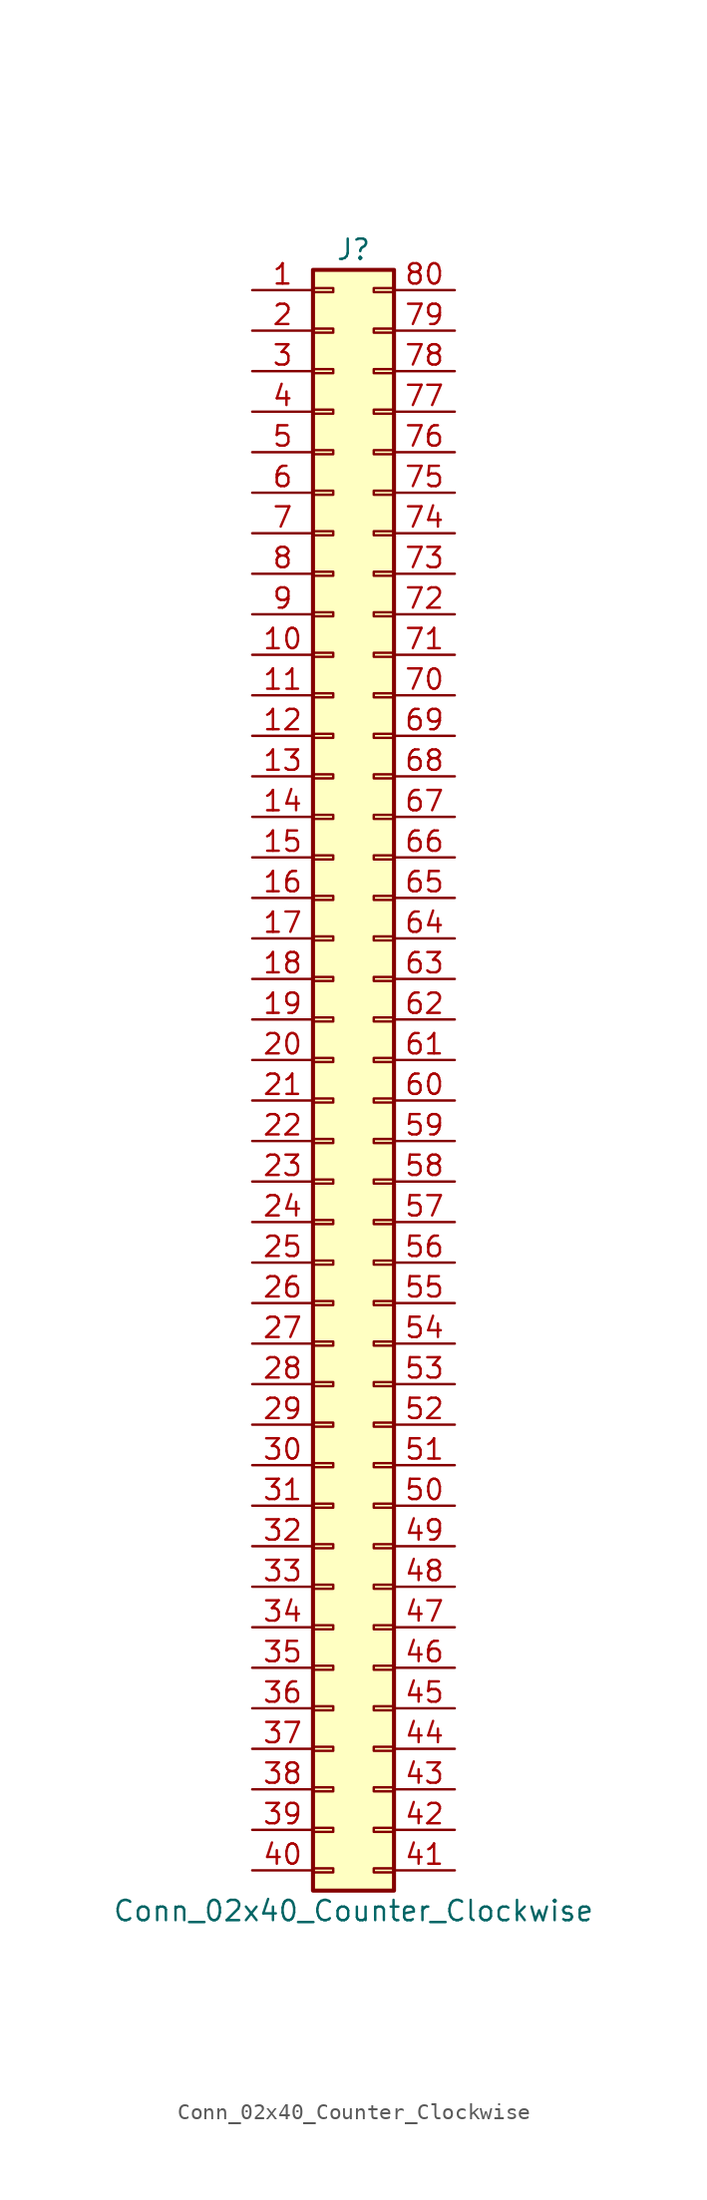
<source format=kicad_sym>
(kicad_symbol_lib
  (version 20220914)
  (generator kicad_symbol_editor)
  (symbol "Conn_02x40_Counter_Clockwise"
    (pin_names
      (offset 1.016) hide)
    (property "Reference" "J"
      (at 1.27 50.8 0)
      (effects (font (size 1.27 1.27))))
    (property "Value" "Conn_02x40_Counter_Clockwise"
      (at 1.27 -53.34 0)
      (effects (font (size 1.27 1.27))))
    (symbol "Conn_02x40_Counter_Clockwise_1_1"
      (rectangle (start -1.27 -50.673) (end 0 -50.927) (stroke (width 0.152) (type solid)) (fill (type none)))
      (rectangle (start -1.27 -48.133) (end 0 -48.387) (stroke (width 0.152) (type solid)) (fill (type none)))
      (rectangle (start -1.27 -45.593) (end 0 -45.847) (stroke (width 0.152) (type solid)) (fill (type none)))
      (rectangle (start -1.27 -43.053) (end 0 -43.307) (stroke (width 0.152) (type solid)) (fill (type none)))
      (rectangle (start -1.27 -40.513) (end 0 -40.767) (stroke (width 0.152) (type solid)) (fill (type none)))
      (rectangle (start -1.27 -37.973) (end 0 -38.227) (stroke (width 0.152) (type solid)) (fill (type none)))
      (rectangle (start -1.27 -35.433) (end 0 -35.687) (stroke (width 0.152) (type solid)) (fill (type none)))
      (rectangle (start -1.27 -32.893) (end 0 -33.147) (stroke (width 0.152) (type solid)) (fill (type none)))
      (rectangle (start -1.27 -30.353) (end 0 -30.607) (stroke (width 0.152) (type solid)) (fill (type none)))
      (rectangle (start -1.27 -27.813) (end 0 -28.067) (stroke (width 0.152) (type solid)) (fill (type none)))
      (rectangle (start -1.27 -25.273) (end 0 -25.527) (stroke (width 0.152) (type solid)) (fill (type none)))
      (rectangle (start -1.27 -22.733) (end 0 -22.987) (stroke (width 0.152) (type solid)) (fill (type none)))
      (rectangle (start -1.27 -20.193) (end 0 -20.447) (stroke (width 0.152) (type solid)) (fill (type none)))
      (rectangle (start -1.27 -17.653) (end 0 -17.907) (stroke (width 0.152) (type solid)) (fill (type none)))
      (rectangle (start -1.27 -15.113) (end 0 -15.367) (stroke (width 0.152) (type solid)) (fill (type none)))
      (rectangle (start -1.27 -12.573) (end 0 -12.827) (stroke (width 0.152) (type solid)) (fill (type none)))
      (rectangle (start -1.27 -10.033) (end 0 -10.287) (stroke (width 0.152) (type solid)) (fill (type none)))
      (rectangle (start -1.27 -7.493) (end 0 -7.747) (stroke (width 0.152) (type solid)) (fill (type none)))
      (rectangle (start -1.27 -4.953) (end 0 -5.207) (stroke (width 0.152) (type solid)) (fill (type none)))
      (rectangle (start -1.27 -2.413) (end 0 -2.667) (stroke (width 0.152) (type solid)) (fill (type none)))
      (rectangle (start -1.27 0.127) (end 0 -0.127) (stroke (width 0.152) (type solid)) (fill (type none)))
      (rectangle (start -1.27 2.667) (end 0 2.413) (stroke (width 0.152) (type solid)) (fill (type none)))
      (rectangle (start -1.27 5.207) (end 0 4.953) (stroke (width 0.152) (type solid)) (fill (type none)))
      (rectangle (start -1.27 7.747) (end 0 7.493) (stroke (width 0.152) (type solid)) (fill (type none)))
      (rectangle (start -1.27 10.287) (end 0 10.033) (stroke (width 0.152) (type solid)) (fill (type none)))
      (rectangle (start -1.27 12.827) (end 0 12.573) (stroke (width 0.152) (type solid)) (fill (type none)))
      (rectangle (start -1.27 15.367) (end 0 15.113) (stroke (width 0.152) (type solid)) (fill (type none)))
      (rectangle (start -1.27 17.907) (end 0 17.653) (stroke (width 0.152) (type solid)) (fill (type none)))
      (rectangle (start -1.27 20.447) (end 0 20.193) (stroke (width 0.152) (type solid)) (fill (type none)))
      (rectangle (start -1.27 22.987) (end 0 22.733) (stroke (width 0.152) (type solid)) (fill (type none)))
      (rectangle (start -1.27 25.527) (end 0 25.273) (stroke (width 0.152) (type solid)) (fill (type none)))
      (rectangle (start -1.27 28.067) (end 0 27.813) (stroke (width 0.152) (type solid)) (fill (type none)))
      (rectangle (start -1.27 30.607) (end 0 30.353) (stroke (width 0.152) (type solid)) (fill (type none)))
      (rectangle (start -1.27 33.147) (end 0 32.893) (stroke (width 0.152) (type solid)) (fill (type none)))
      (rectangle (start -1.27 35.687) (end 0 35.433) (stroke (width 0.152) (type solid)) (fill (type none)))
      (rectangle (start -1.27 38.227) (end 0 37.973) (stroke (width 0.152) (type solid)) (fill (type none)))
      (rectangle (start -1.27 40.767) (end 0 40.513) (stroke (width 0.152) (type solid)) (fill (type none)))
      (rectangle (start -1.27 43.307) (end 0 43.053) (stroke (width 0.152) (type solid)) (fill (type none)))
      (rectangle (start -1.27 45.847) (end 0 45.593) (stroke (width 0.152) (type solid)) (fill (type none)))
      (rectangle (start -1.27 48.387) (end 0 48.133) (stroke (width 0.152) (type solid)) (fill (type none)))
      (rectangle (start -1.27 49.53) (end 3.81 -52.07) (stroke (width 0.254) (type solid)) (fill (type background)))
      (rectangle (start 3.81 -50.673) (end 2.54 -50.927) (stroke (width 0.152) (type solid)) (fill (type none)))
      (rectangle (start 3.81 -48.133) (end 2.54 -48.387) (stroke (width 0.152) (type solid)) (fill (type none)))
      (rectangle (start 3.81 -45.593) (end 2.54 -45.847) (stroke (width 0.152) (type solid)) (fill (type none)))
      (rectangle (start 3.81 -43.053) (end 2.54 -43.307) (stroke (width 0.152) (type solid)) (fill (type none)))
      (rectangle (start 3.81 -40.513) (end 2.54 -40.767) (stroke (width 0.152) (type solid)) (fill (type none)))
      (rectangle (start 3.81 -37.973) (end 2.54 -38.227) (stroke (width 0.152) (type solid)) (fill (type none)))
      (rectangle (start 3.81 -35.433) (end 2.54 -35.687) (stroke (width 0.152) (type solid)) (fill (type none)))
      (rectangle (start 3.81 -32.893) (end 2.54 -33.147) (stroke (width 0.152) (type solid)) (fill (type none)))
      (rectangle (start 3.81 -30.353) (end 2.54 -30.607) (stroke (width 0.152) (type solid)) (fill (type none)))
      (rectangle (start 3.81 -27.813) (end 2.54 -28.067) (stroke (width 0.152) (type solid)) (fill (type none)))
      (rectangle (start 3.81 -25.273) (end 2.54 -25.527) (stroke (width 0.152) (type solid)) (fill (type none)))
      (rectangle (start 3.81 -22.733) (end 2.54 -22.987) (stroke (width 0.152) (type solid)) (fill (type none)))
      (rectangle (start 3.81 -20.193) (end 2.54 -20.447) (stroke (width 0.152) (type solid)) (fill (type none)))
      (rectangle (start 3.81 -17.653) (end 2.54 -17.907) (stroke (width 0.152) (type solid)) (fill (type none)))
      (rectangle (start 3.81 -15.113) (end 2.54 -15.367) (stroke (width 0.152) (type solid)) (fill (type none)))
      (rectangle (start 3.81 -12.573) (end 2.54 -12.827) (stroke (width 0.152) (type solid)) (fill (type none)))
      (rectangle (start 3.81 -10.033) (end 2.54 -10.287) (stroke (width 0.152) (type solid)) (fill (type none)))
      (rectangle (start 3.81 -7.493) (end 2.54 -7.747) (stroke (width 0.152) (type solid)) (fill (type none)))
      (rectangle (start 3.81 -4.953) (end 2.54 -5.207) (stroke (width 0.152) (type solid)) (fill (type none)))
      (rectangle (start 3.81 -2.413) (end 2.54 -2.667) (stroke (width 0.152) (type solid)) (fill (type none)))
      (rectangle (start 3.81 0.127) (end 2.54 -0.127) (stroke (width 0.152) (type solid)) (fill (type none)))
      (rectangle (start 3.81 2.667) (end 2.54 2.413) (stroke (width 0.152) (type solid)) (fill (type none)))
      (rectangle (start 3.81 5.207) (end 2.54 4.953) (stroke (width 0.152) (type solid)) (fill (type none)))
      (rectangle (start 3.81 7.747) (end 2.54 7.493) (stroke (width 0.152) (type solid)) (fill (type none)))
      (rectangle (start 3.81 10.287) (end 2.54 10.033) (stroke (width 0.152) (type solid)) (fill (type none)))
      (rectangle (start 3.81 12.827) (end 2.54 12.573) (stroke (width 0.152) (type solid)) (fill (type none)))
      (rectangle (start 3.81 15.367) (end 2.54 15.113) (stroke (width 0.152) (type solid)) (fill (type none)))
      (rectangle (start 3.81 17.907) (end 2.54 17.653) (stroke (width 0.152) (type solid)) (fill (type none)))
      (rectangle (start 3.81 20.447) (end 2.54 20.193) (stroke (width 0.152) (type solid)) (fill (type none)))
      (rectangle (start 3.81 22.987) (end 2.54 22.733) (stroke (width 0.152) (type solid)) (fill (type none)))
      (rectangle (start 3.81 25.527) (end 2.54 25.273) (stroke (width 0.152) (type solid)) (fill (type none)))
      (rectangle (start 3.81 28.067) (end 2.54 27.813) (stroke (width 0.152) (type solid)) (fill (type none)))
      (rectangle (start 3.81 30.607) (end 2.54 30.353) (stroke (width 0.152) (type solid)) (fill (type none)))
      (rectangle (start 3.81 33.147) (end 2.54 32.893) (stroke (width 0.152) (type solid)) (fill (type none)))
      (rectangle (start 3.81 35.687) (end 2.54 35.433) (stroke (width 0.152) (type solid)) (fill (type none)))
      (rectangle (start 3.81 38.227) (end 2.54 37.973) (stroke (width 0.152) (type solid)) (fill (type none)))
      (rectangle (start 3.81 40.767) (end 2.54 40.513) (stroke (width 0.152) (type solid)) (fill (type none)))
      (rectangle (start 3.81 43.307) (end 2.54 43.053) (stroke (width 0.152) (type solid)) (fill (type none)))
      (rectangle (start 3.81 45.847) (end 2.54 45.593) (stroke (width 0.152) (type solid)) (fill (type none)))
      (rectangle (start 3.81 48.387) (end 2.54 48.133) (stroke (width 0.152) (type solid)) (fill (type none)))
      (pin passive line (at -5.08 48.26 0) (length 3.81) (name "Pin_1" (effects (font (size 1.27 1.27)))) (number "1" (effects (font (size 1.27 1.27)))))
      (pin passive line (at -5.08 25.4 0) (length 3.81) (name "Pin_10" (effects (font (size 1.27 1.27)))) (number "10" (effects (font (size 1.27 1.27)))))
      (pin passive line (at -5.08 22.86 0) (length 3.81) (name "Pin_11" (effects (font (size 1.27 1.27)))) (number "11" (effects (font (size 1.27 1.27)))))
      (pin passive line (at -5.08 20.32 0) (length 3.81) (name "Pin_12" (effects (font (size 1.27 1.27)))) (number "12" (effects (font (size 1.27 1.27)))))
      (pin passive line (at -5.08 17.78 0) (length 3.81) (name "Pin_13" (effects (font (size 1.27 1.27)))) (number "13" (effects (font (size 1.27 1.27)))))
      (pin passive line (at -5.08 15.24 0) (length 3.81) (name "Pin_14" (effects (font (size 1.27 1.27)))) (number "14" (effects (font (size 1.27 1.27)))))
      (pin passive line (at -5.08 12.7 0) (length 3.81) (name "Pin_15" (effects (font (size 1.27 1.27)))) (number "15" (effects (font (size 1.27 1.27)))))
      (pin passive line (at -5.08 10.16 0) (length 3.81) (name "Pin_16" (effects (font (size 1.27 1.27)))) (number "16" (effects (font (size 1.27 1.27)))))
      (pin passive line (at -5.08 7.62 0) (length 3.81) (name "Pin_17" (effects (font (size 1.27 1.27)))) (number "17" (effects (font (size 1.27 1.27)))))
      (pin passive line (at -5.08 5.08 0) (length 3.81) (name "Pin_18" (effects (font (size 1.27 1.27)))) (number "18" (effects (font (size 1.27 1.27)))))
      (pin passive line (at -5.08 2.54 0) (length 3.81) (name "Pin_19" (effects (font (size 1.27 1.27)))) (number "19" (effects (font (size 1.27 1.27)))))
      (pin passive line (at -5.08 45.72 0) (length 3.81) (name "Pin_2" (effects (font (size 1.27 1.27)))) (number "2" (effects (font (size 1.27 1.27)))))
      (pin passive line (at -5.08 0 0) (length 3.81) (name "Pin_20" (effects (font (size 1.27 1.27)))) (number "20" (effects (font (size 1.27 1.27)))))
      (pin passive line (at -5.08 -2.54 0) (length 3.81) (name "Pin_21" (effects (font (size 1.27 1.27)))) (number "21" (effects (font (size 1.27 1.27)))))
      (pin passive line (at -5.08 -5.08 0) (length 3.81) (name "Pin_22" (effects (font (size 1.27 1.27)))) (number "22" (effects (font (size 1.27 1.27)))))
      (pin passive line (at -5.08 -7.62 0) (length 3.81) (name "Pin_23" (effects (font (size 1.27 1.27)))) (number "23" (effects (font (size 1.27 1.27)))))
      (pin passive line (at -5.08 -10.16 0) (length 3.81) (name "Pin_24" (effects (font (size 1.27 1.27)))) (number "24" (effects (font (size 1.27 1.27)))))
      (pin passive line (at -5.08 -12.7 0) (length 3.81) (name "Pin_25" (effects (font (size 1.27 1.27)))) (number "25" (effects (font (size 1.27 1.27)))))
      (pin passive line (at -5.08 -15.24 0) (length 3.81) (name "Pin_26" (effects (font (size 1.27 1.27)))) (number "26" (effects (font (size 1.27 1.27)))))
      (pin passive line (at -5.08 -17.78 0) (length 3.81) (name "Pin_27" (effects (font (size 1.27 1.27)))) (number "27" (effects (font (size 1.27 1.27)))))
      (pin passive line (at -5.08 -20.32 0) (length 3.81) (name "Pin_28" (effects (font (size 1.27 1.27)))) (number "28" (effects (font (size 1.27 1.27)))))
      (pin passive line (at -5.08 -22.86 0) (length 3.81) (name "Pin_29" (effects (font (size 1.27 1.27)))) (number "29" (effects (font (size 1.27 1.27)))))
      (pin passive line (at -5.08 43.18 0) (length 3.81) (name "Pin_3" (effects (font (size 1.27 1.27)))) (number "3" (effects (font (size 1.27 1.27)))))
      (pin passive line (at -5.08 -25.4 0) (length 3.81) (name "Pin_30" (effects (font (size 1.27 1.27)))) (number "30" (effects (font (size 1.27 1.27)))))
      (pin passive line (at -5.08 -27.94 0) (length 3.81) (name "Pin_31" (effects (font (size 1.27 1.27)))) (number "31" (effects (font (size 1.27 1.27)))))
      (pin passive line (at -5.08 -30.48 0) (length 3.81) (name "Pin_32" (effects (font (size 1.27 1.27)))) (number "32" (effects (font (size 1.27 1.27)))))
      (pin passive line (at -5.08 -33.02 0) (length 3.81) (name "Pin_33" (effects (font (size 1.27 1.27)))) (number "33" (effects (font (size 1.27 1.27)))))
      (pin passive line (at -5.08 -35.56 0) (length 3.81) (name "Pin_34" (effects (font (size 1.27 1.27)))) (number "34" (effects (font (size 1.27 1.27)))))
      (pin passive line (at -5.08 -38.1 0) (length 3.81) (name "Pin_35" (effects (font (size 1.27 1.27)))) (number "35" (effects (font (size 1.27 1.27)))))
      (pin passive line (at -5.08 -40.64 0) (length 3.81) (name "Pin_36" (effects (font (size 1.27 1.27)))) (number "36" (effects (font (size 1.27 1.27)))))
      (pin passive line (at -5.08 -43.18 0) (length 3.81) (name "Pin_37" (effects (font (size 1.27 1.27)))) (number "37" (effects (font (size 1.27 1.27)))))
      (pin passive line (at -5.08 -45.72 0) (length 3.81) (name "Pin_38" (effects (font (size 1.27 1.27)))) (number "38" (effects (font (size 1.27 1.27)))))
      (pin passive line (at -5.08 -48.26 0) (length 3.81) (name "Pin_39" (effects (font (size 1.27 1.27)))) (number "39" (effects (font (size 1.27 1.27)))))
      (pin passive line (at -5.08 40.64 0) (length 3.81) (name "Pin_4" (effects (font (size 1.27 1.27)))) (number "4" (effects (font (size 1.27 1.27)))))
      (pin passive line (at -5.08 -50.8 0) (length 3.81) (name "Pin_40" (effects (font (size 1.27 1.27)))) (number "40" (effects (font (size 1.27 1.27)))))
      (pin passive line (at 7.62 -50.8 180) (length 3.81) (name "Pin_41" (effects (font (size 1.27 1.27)))) (number "41" (effects (font (size 1.27 1.27)))))
      (pin passive line (at 7.62 -48.26 180) (length 3.81) (name "Pin_42" (effects (font (size 1.27 1.27)))) (number "42" (effects (font (size 1.27 1.27)))))
      (pin passive line (at 7.62 -45.72 180) (length 3.81) (name "Pin_43" (effects (font (size 1.27 1.27)))) (number "43" (effects (font (size 1.27 1.27)))))
      (pin passive line (at 7.62 -43.18 180) (length 3.81) (name "Pin_44" (effects (font (size 1.27 1.27)))) (number "44" (effects (font (size 1.27 1.27)))))
      (pin passive line (at 7.62 -40.64 180) (length 3.81) (name "Pin_45" (effects (font (size 1.27 1.27)))) (number "45" (effects (font (size 1.27 1.27)))))
      (pin passive line (at 7.62 -38.1 180) (length 3.81) (name "Pin_46" (effects (font (size 1.27 1.27)))) (number "46" (effects (font (size 1.27 1.27)))))
      (pin passive line (at 7.62 -35.56 180) (length 3.81) (name "Pin_47" (effects (font (size 1.27 1.27)))) (number "47" (effects (font (size 1.27 1.27)))))
      (pin passive line (at 7.62 -33.02 180) (length 3.81) (name "Pin_48" (effects (font (size 1.27 1.27)))) (number "48" (effects (font (size 1.27 1.27)))))
      (pin passive line (at 7.62 -30.48 180) (length 3.81) (name "Pin_49" (effects (font (size 1.27 1.27)))) (number "49" (effects (font (size 1.27 1.27)))))
      (pin passive line (at -5.08 38.1 0) (length 3.81) (name "Pin_5" (effects (font (size 1.27 1.27)))) (number "5" (effects (font (size 1.27 1.27)))))
      (pin passive line (at 7.62 -27.94 180) (length 3.81) (name "Pin_50" (effects (font (size 1.27 1.27)))) (number "50" (effects (font (size 1.27 1.27)))))
      (pin passive line (at 7.62 -25.4 180) (length 3.81) (name "Pin_51" (effects (font (size 1.27 1.27)))) (number "51" (effects (font (size 1.27 1.27)))))
      (pin passive line (at 7.62 -22.86 180) (length 3.81) (name "Pin_52" (effects (font (size 1.27 1.27)))) (number "52" (effects (font (size 1.27 1.27)))))
      (pin passive line (at 7.62 -20.32 180) (length 3.81) (name "Pin_53" (effects (font (size 1.27 1.27)))) (number "53" (effects (font (size 1.27 1.27)))))
      (pin passive line (at 7.62 -17.78 180) (length 3.81) (name "Pin_54" (effects (font (size 1.27 1.27)))) (number "54" (effects (font (size 1.27 1.27)))))
      (pin passive line (at 7.62 -15.24 180) (length 3.81) (name "Pin_55" (effects (font (size 1.27 1.27)))) (number "55" (effects (font (size 1.27 1.27)))))
      (pin passive line (at 7.62 -12.7 180) (length 3.81) (name "Pin_56" (effects (font (size 1.27 1.27)))) (number "56" (effects (font (size 1.27 1.27)))))
      (pin passive line (at 7.62 -10.16 180) (length 3.81) (name "Pin_57" (effects (font (size 1.27 1.27)))) (number "57" (effects (font (size 1.27 1.27)))))
      (pin passive line (at 7.62 -7.62 180) (length 3.81) (name "Pin_58" (effects (font (size 1.27 1.27)))) (number "58" (effects (font (size 1.27 1.27)))))
      (pin passive line (at 7.62 -5.08 180) (length 3.81) (name "Pin_59" (effects (font (size 1.27 1.27)))) (number "59" (effects (font (size 1.27 1.27)))))
      (pin passive line (at -5.08 35.56 0) (length 3.81) (name "Pin_6" (effects (font (size 1.27 1.27)))) (number "6" (effects (font (size 1.27 1.27)))))
      (pin passive line (at 7.62 -2.54 180) (length 3.81) (name "Pin_60" (effects (font (size 1.27 1.27)))) (number "60" (effects (font (size 1.27 1.27)))))
      (pin passive line (at 7.62 0 180) (length 3.81) (name "Pin_61" (effects (font (size 1.27 1.27)))) (number "61" (effects (font (size 1.27 1.27)))))
      (pin passive line (at 7.62 2.54 180) (length 3.81) (name "Pin_62" (effects (font (size 1.27 1.27)))) (number "62" (effects (font (size 1.27 1.27)))))
      (pin passive line (at 7.62 5.08 180) (length 3.81) (name "Pin_63" (effects (font (size 1.27 1.27)))) (number "63" (effects (font (size 1.27 1.27)))))
      (pin passive line (at 7.62 7.62 180) (length 3.81) (name "Pin_64" (effects (font (size 1.27 1.27)))) (number "64" (effects (font (size 1.27 1.27)))))
      (pin passive line (at 7.62 10.16 180) (length 3.81) (name "Pin_65" (effects (font (size 1.27 1.27)))) (number "65" (effects (font (size 1.27 1.27)))))
      (pin passive line (at 7.62 12.7 180) (length 3.81) (name "Pin_66" (effects (font (size 1.27 1.27)))) (number "66" (effects (font (size 1.27 1.27)))))
      (pin passive line (at 7.62 15.24 180) (length 3.81) (name "Pin_67" (effects (font (size 1.27 1.27)))) (number "67" (effects (font (size 1.27 1.27)))))
      (pin passive line (at 7.62 17.78 180) (length 3.81) (name "Pin_68" (effects (font (size 1.27 1.27)))) (number "68" (effects (font (size 1.27 1.27)))))
      (pin passive line (at 7.62 20.32 180) (length 3.81) (name "Pin_69" (effects (font (size 1.27 1.27)))) (number "69" (effects (font (size 1.27 1.27)))))
      (pin passive line (at -5.08 33.02 0) (length 3.81) (name "Pin_7" (effects (font (size 1.27 1.27)))) (number "7" (effects (font (size 1.27 1.27)))))
      (pin passive line (at 7.62 22.86 180) (length 3.81) (name "Pin_70" (effects (font (size 1.27 1.27)))) (number "70" (effects (font (size 1.27 1.27)))))
      (pin passive line (at 7.62 25.4 180) (length 3.81) (name "Pin_71" (effects (font (size 1.27 1.27)))) (number "71" (effects (font (size 1.27 1.27)))))
      (pin passive line (at 7.62 27.94 180) (length 3.81) (name "Pin_72" (effects (font (size 1.27 1.27)))) (number "72" (effects (font (size 1.27 1.27)))))
      (pin passive line (at 7.62 30.48 180) (length 3.81) (name "Pin_73" (effects (font (size 1.27 1.27)))) (number "73" (effects (font (size 1.27 1.27)))))
      (pin passive line (at 7.62 33.02 180) (length 3.81) (name "Pin_74" (effects (font (size 1.27 1.27)))) (number "74" (effects (font (size 1.27 1.27)))))
      (pin passive line (at 7.62 35.56 180) (length 3.81) (name "Pin_75" (effects (font (size 1.27 1.27)))) (number "75" (effects (font (size 1.27 1.27)))))
      (pin passive line (at 7.62 38.1 180) (length 3.81) (name "Pin_76" (effects (font (size 1.27 1.27)))) (number "76" (effects (font (size 1.27 1.27)))))
      (pin passive line (at 7.62 40.64 180) (length 3.81) (name "Pin_77" (effects (font (size 1.27 1.27)))) (number "77" (effects (font (size 1.27 1.27)))))
      (pin passive line (at 7.62 43.18 180) (length 3.81) (name "Pin_78" (effects (font (size 1.27 1.27)))) (number "78" (effects (font (size 1.27 1.27)))))
      (pin passive line (at 7.62 45.72 180) (length 3.81) (name "Pin_79" (effects (font (size 1.27 1.27)))) (number "79" (effects (font (size 1.27 1.27)))))
      (pin passive line (at -5.08 30.48 0) (length 3.81) (name "Pin_8" (effects (font (size 1.27 1.27)))) (number "8" (effects (font (size 1.27 1.27)))))
      (pin passive line (at 7.62 48.26 180) (length 3.81) (name "Pin_80" (effects (font (size 1.27 1.27)))) (number "80" (effects (font (size 1.27 1.27)))))
      (pin passive line (at -5.08 27.94 0) (length 3.81) (name "Pin_9" (effects (font (size 1.27 1.27)))) (number "9" (effects (font (size 1.27 1.27))))))))
</source>
